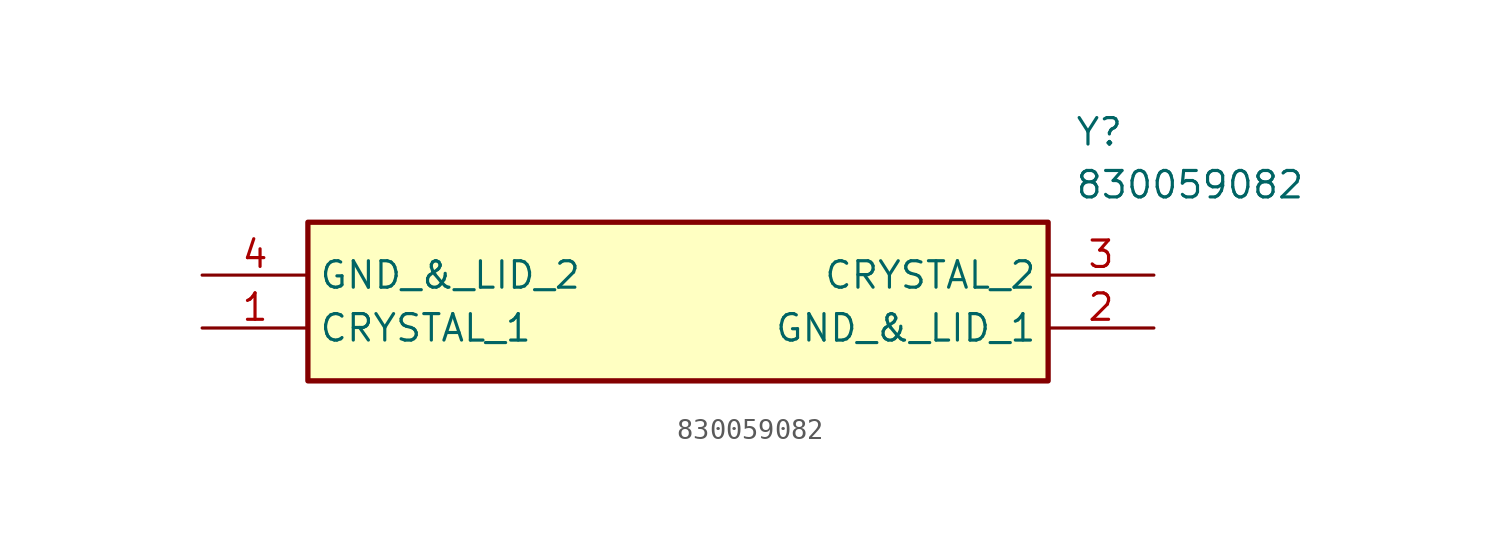
<source format=kicad_sym>
(kicad_symbol_lib
  (version 20211014)
  (generator SamacSys_ECAD_Model)
  (symbol "830059082"
    (property "Reference" "Y"
      (at 41.91 7.62 0)
      (effects (font (size 1.27 1.27)) (justify left top)))
    (property "Value" "830059082"
      (at 41.91 5.08 0)
      (effects (font (size 1.27 1.27)) (justify left top)))
    (rectangle
      (start 5.08 2.54)
      (end 40.64 -5.08)
      (stroke (width 0.254) (type default))
      (fill (type background)))
    (pin passive line
      (at 0 -2.54 0)
      (length 5.08)
      (name "CRYSTAL_1" (effects (font (size 1.27 1.27))))
      (number "1" (effects (font (size 1.27 1.27)))))
    (pin passive line
      (at 45.72 -2.54 180)
      (length 5.08)
      (name "GND_&_LID_1" (effects (font (size 1.27 1.27))))
      (number "2" (effects (font (size 1.27 1.27)))))
    (pin passive line
      (at 45.72 0 180)
      (length 5.08)
      (name "CRYSTAL_2" (effects (font (size 1.27 1.27))))
      (number "3" (effects (font (size 1.27 1.27)))))
    (pin passive line
      (at 0 0 0)
      (length 5.08)
      (name "GND_&_LID_2" (effects (font (size 1.27 1.27))))
      (number "4" (effects (font (size 1.27 1.27)))))))
</source>
